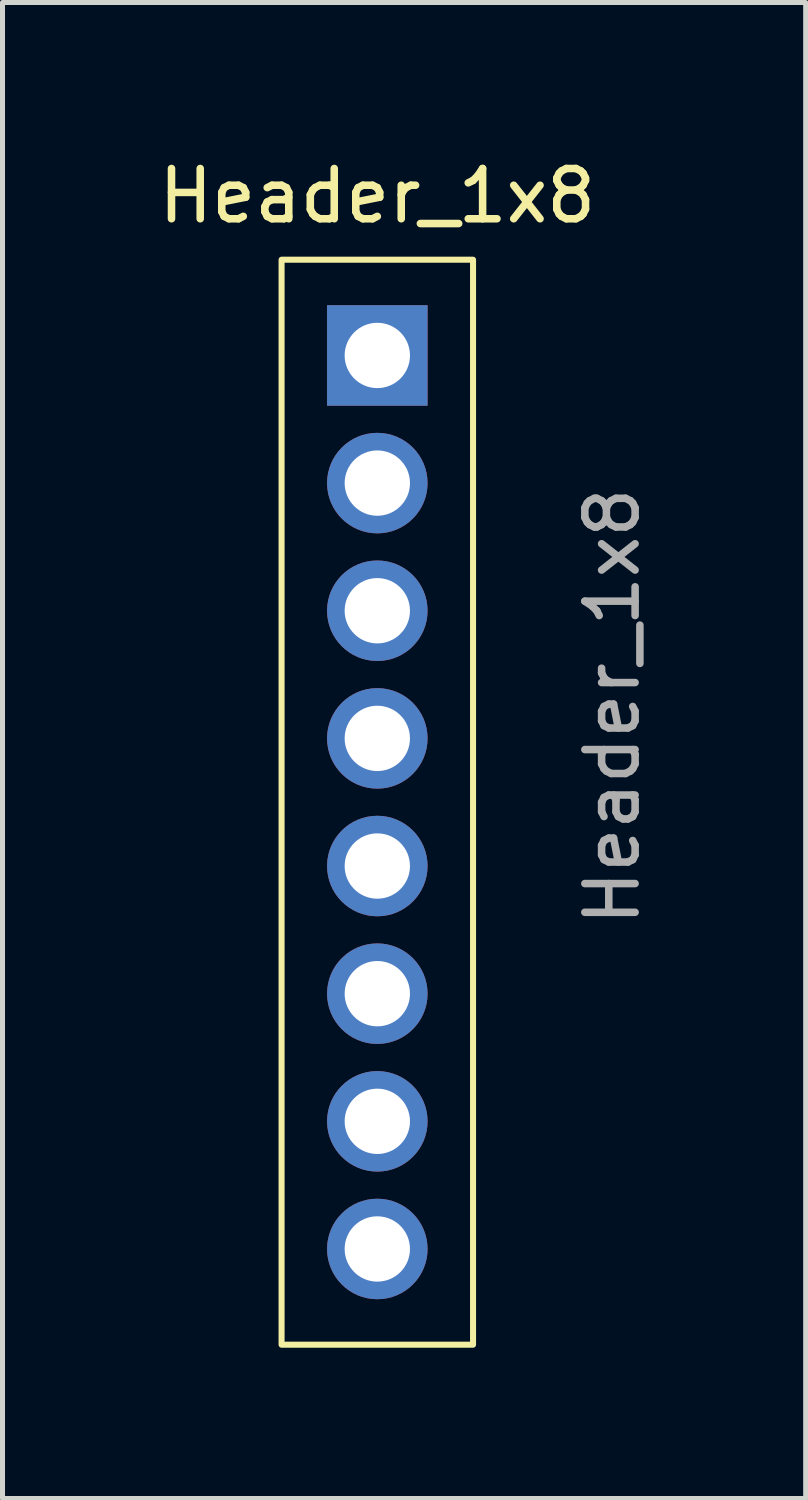
<source format=kicad_pcb>
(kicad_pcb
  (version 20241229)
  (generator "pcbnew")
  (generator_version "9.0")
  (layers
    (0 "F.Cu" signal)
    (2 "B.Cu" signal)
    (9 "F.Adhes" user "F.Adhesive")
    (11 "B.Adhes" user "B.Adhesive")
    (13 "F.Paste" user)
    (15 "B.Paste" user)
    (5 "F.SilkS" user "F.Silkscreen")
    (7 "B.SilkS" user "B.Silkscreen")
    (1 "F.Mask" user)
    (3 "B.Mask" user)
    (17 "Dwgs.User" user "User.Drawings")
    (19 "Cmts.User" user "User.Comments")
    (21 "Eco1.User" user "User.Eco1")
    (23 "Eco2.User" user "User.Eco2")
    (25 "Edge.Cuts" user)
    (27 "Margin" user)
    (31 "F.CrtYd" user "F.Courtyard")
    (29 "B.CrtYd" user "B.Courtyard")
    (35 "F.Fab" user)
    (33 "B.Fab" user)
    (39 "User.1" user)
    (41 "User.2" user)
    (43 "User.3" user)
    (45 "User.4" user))
  (footprint "Header_1x8"
    (layer "F.Cu")
    (at 4.458 4.023)
    (property "Reference" "Header_1x8" (at 0 -3.175 0) (unlocked yes) (layer "F.SilkS") (effects (font (size 1 1) (thickness 0.15))))
    (attr through_hole)
    (fp_rect (start -1.905 -1.905) (end 1.905 19.685) (stroke (width 0.12) (type solid)) (fill no) (layer "F.SilkS"))
    (fp_text user "${REFERENCE}" (at 4.675 6.985 90) (unlocked yes) (layer "F.Fab") (effects (font (size 1 1) (thickness 0.15))))
    (pad "1" thru_hole rect (at 0 0) (size 2 2) (drill 1.3) (layers "*.Cu" "*.Mask"))
    (pad "2" thru_hole circle (at 0 2.54) (size 2 2) (drill 1.3) (layers "*.Cu" "*.Mask"))
    (pad "3" thru_hole circle (at 0 5.08) (size 2 2) (drill 1.3) (layers "*.Cu" "*.Mask"))
    (pad "4" thru_hole circle (at 0 7.62) (size 2 2) (drill 1.3) (layers "*.Cu" "*.Mask"))
    (pad "5" thru_hole circle (at 0 10.16) (size 2 2) (drill 1.3) (layers "*.Cu" "*.Mask"))
    (pad "6" thru_hole circle (at 0 12.7) (size 2 2) (drill 1.3) (layers "*.Cu" "*.Mask"))
    (pad "7" thru_hole circle (at 0 15.24) (size 2 2) (drill 1.3) (layers "*.Cu" "*.Mask"))
    (pad "8" thru_hole circle (at 0 17.78) (size 2 2) (drill 1.3) (layers "*.Cu" "*.Mask")))
  (gr_rect
    (start -3 -3)
    (end 12.982 26.768)
    (stroke (width 0.1) (type default))
    (fill no)
    (layer "Edge.Cuts")))
</source>
